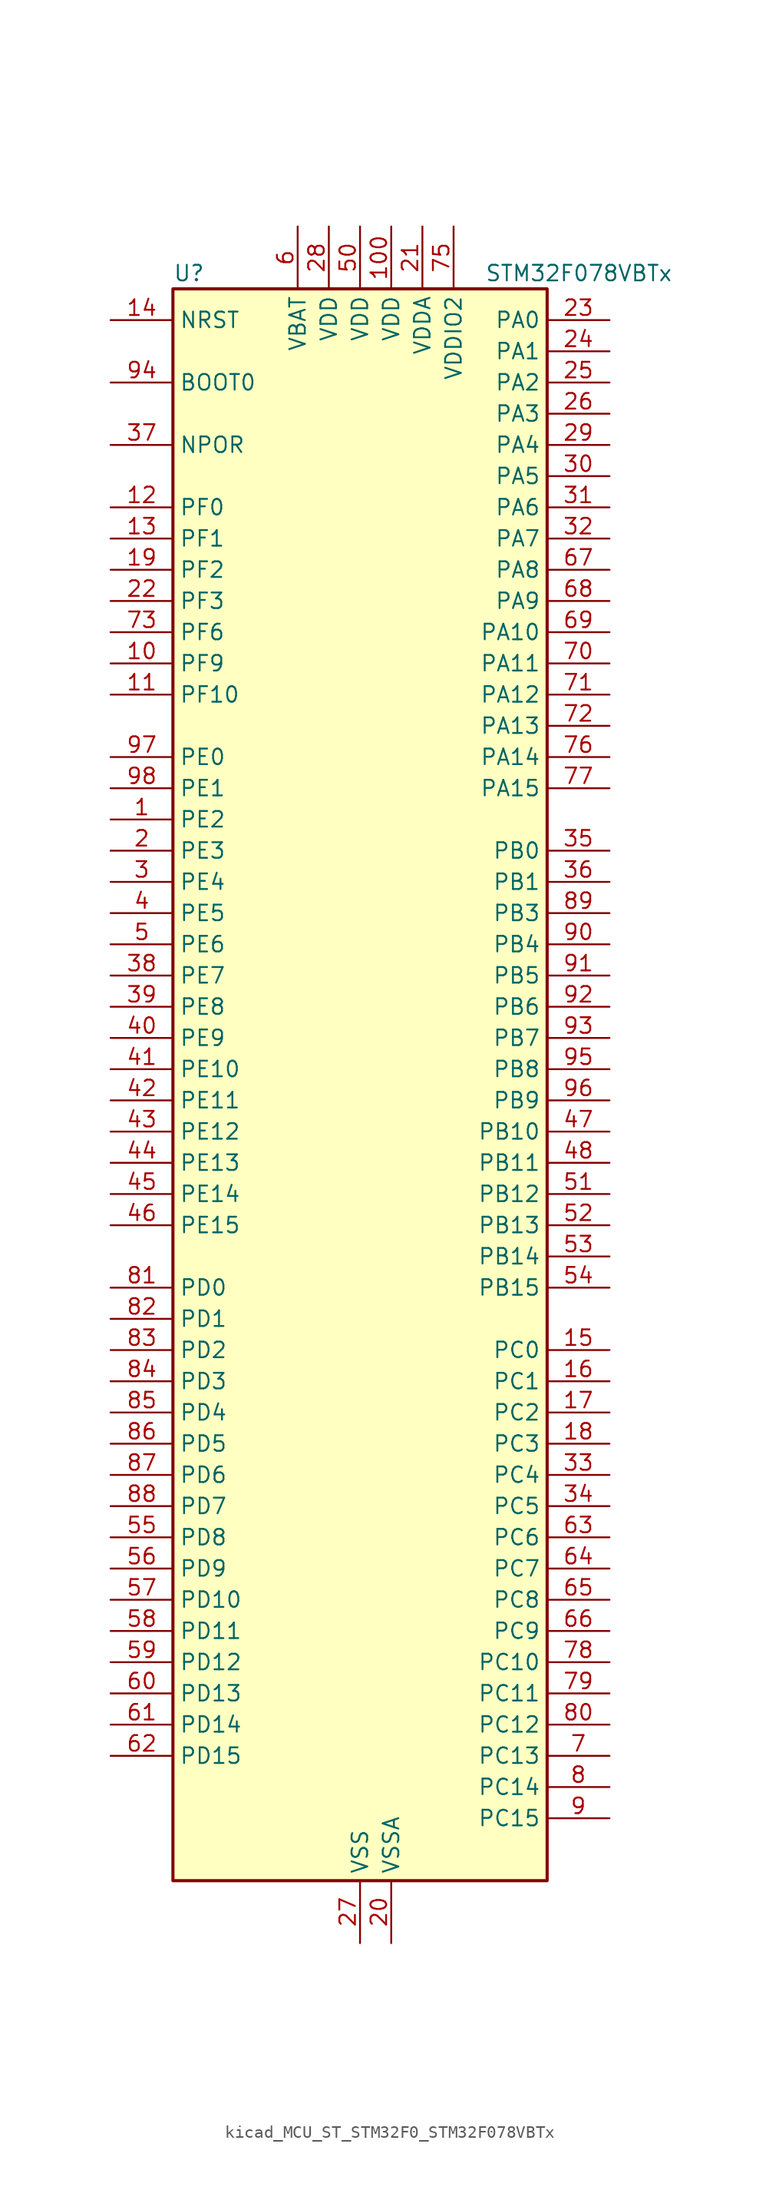
<source format=kicad_sym>
(kicad_symbol_lib
  (version 20220914)
  (generator kicad_symbol_editor)
  (symbol "kicad_MCU_ST_STM32F0_STM32F078VBTx"
    (property "Reference" "U"
      (at -15.24 67.31 0)
      (effects (font (size 1.27 1.27)) (justify left)))
    (property "Value" "STM32F078VBTx"
      (at 10.16 67.31 0)
      (effects (font (size 1.27 1.27)) (justify left)))
    (property "ki_locked" ""
      (at 0 0 0)
      (effects (font (size 1.27 1.27))))
    (symbol "kicad_MCU_ST_STM32F0_STM32F078VBTx_0_1"
      (rectangle (start -15.24 -63.5) (end 15.24 66.04) (stroke (width 0.254) (type default)) (fill (type background))))
    (symbol "kicad_MCU_ST_STM32F0_STM32F078VBTx_1_1"
      (pin bidirectional line (at -20.32 22.86 0) (length 5.08) (name "PE2" (effects (font (size 1.27 1.27)))) (number "1" (effects (font (size 1.27 1.27)))) (alternate "TIM3_ETR" bidirectional line) (alternate "TSC_G7_IO1" bidirectional line))
      (pin bidirectional line (at -20.32 35.56 0) (length 5.08) (name "PF9" (effects (font (size 1.27 1.27)))) (number "10" (effects (font (size 1.27 1.27)))) (alternate "DAC_EXTI9" bidirectional line) (alternate "TIM15_CH1" bidirectional line))
      (pin power_in line (at 2.54 71.12 270) (length 5.08) (name "VDD" (effects (font (size 1.27 1.27)))) (number "100" (effects (font (size 1.27 1.27)))))
      (pin bidirectional line (at -20.32 33.02 0) (length 5.08) (name "PF10" (effects (font (size 1.27 1.27)))) (number "11" (effects (font (size 1.27 1.27)))) (alternate "TIM15_CH2" bidirectional line))
      (pin bidirectional line (at -20.32 48.26 0) (length 5.08) (name "PF0" (effects (font (size 1.27 1.27)))) (number "12" (effects (font (size 1.27 1.27)))) (alternate "CRS_SYNC" bidirectional line) (alternate "RCC_OSC_IN" bidirectional line))
      (pin bidirectional line (at -20.32 45.72 0) (length 5.08) (name "PF1" (effects (font (size 1.27 1.27)))) (number "13" (effects (font (size 1.27 1.27)))) (alternate "RCC_OSC_OUT" bidirectional line))
      (pin input line (at -20.32 63.5 0) (length 5.08) (name "NRST" (effects (font (size 1.27 1.27)))) (number "14" (effects (font (size 1.27 1.27)))))
      (pin bidirectional line (at 20.32 -20.32 180) (length 5.08) (name "PC0" (effects (font (size 1.27 1.27)))) (number "15" (effects (font (size 1.27 1.27)))) (alternate "ADC_IN10" bidirectional line))
      (pin bidirectional line (at 20.32 -22.86 180) (length 5.08) (name "PC1" (effects (font (size 1.27 1.27)))) (number "16" (effects (font (size 1.27 1.27)))) (alternate "ADC_IN11" bidirectional line))
      (pin bidirectional line (at 20.32 -25.4 180) (length 5.08) (name "PC2" (effects (font (size 1.27 1.27)))) (number "17" (effects (font (size 1.27 1.27)))) (alternate "ADC_IN12" bidirectional line) (alternate "I2S2_MCK" bidirectional line) (alternate "SPI2_MISO" bidirectional line))
      (pin bidirectional line (at 20.32 -27.94 180) (length 5.08) (name "PC3" (effects (font (size 1.27 1.27)))) (number "18" (effects (font (size 1.27 1.27)))) (alternate "ADC_IN13" bidirectional line) (alternate "I2S2_SD" bidirectional line) (alternate "SPI2_MOSI" bidirectional line))
      (pin bidirectional line (at -20.32 43.18 0) (length 5.08) (name "PF2" (effects (font (size 1.27 1.27)))) (number "19" (effects (font (size 1.27 1.27)))) (alternate "SYS_WKUP8" bidirectional line))
      (pin bidirectional line (at -20.32 20.32 0) (length 5.08) (name "PE3" (effects (font (size 1.27 1.27)))) (number "2" (effects (font (size 1.27 1.27)))) (alternate "TIM3_CH1" bidirectional line) (alternate "TSC_G7_IO2" bidirectional line))
      (pin power_in line (at 2.54 -68.58 90) (length 5.08) (name "VSSA" (effects (font (size 1.27 1.27)))) (number "20" (effects (font (size 1.27 1.27)))))
      (pin power_in line (at 5.08 71.12 270) (length 5.08) (name "VDDA" (effects (font (size 1.27 1.27)))) (number "21" (effects (font (size 1.27 1.27)))))
      (pin bidirectional line (at -20.32 40.64 0) (length 5.08) (name "PF3" (effects (font (size 1.27 1.27)))) (number "22" (effects (font (size 1.27 1.27)))))
      (pin bidirectional line (at 20.32 63.5 180) (length 5.08) (name "PA0" (effects (font (size 1.27 1.27)))) (number "23" (effects (font (size 1.27 1.27)))) (alternate "ADC_IN0" bidirectional line) (alternate "COMP1_INM" bidirectional line) (alternate "COMP1_OUT" bidirectional line) (alternate "RTC_TAMP2" bidirectional line) (alternate "SYS_WKUP1" bidirectional line) (alternate "TIM2_CH1" bidirectional line) (alternate "TIM2_ETR" bidirectional line) (alternate "TSC_G1_IO1" bidirectional line) (alternate "USART2_CTS" bidirectional line) (alternate "USART4_TX" bidirectional line))
      (pin bidirectional line (at 20.32 60.96 180) (length 5.08) (name "PA1" (effects (font (size 1.27 1.27)))) (number "24" (effects (font (size 1.27 1.27)))) (alternate "ADC_IN1" bidirectional line) (alternate "COMP1_INP" bidirectional line) (alternate "TIM15_CH1N" bidirectional line) (alternate "TIM2_CH2" bidirectional line) (alternate "TSC_G1_IO2" bidirectional line) (alternate "USART2_DE" bidirectional line) (alternate "USART2_RTS" bidirectional line) (alternate "USART4_RX" bidirectional line))
      (pin bidirectional line (at 20.32 58.42 180) (length 5.08) (name "PA2" (effects (font (size 1.27 1.27)))) (number "25" (effects (font (size 1.27 1.27)))) (alternate "ADC_IN2" bidirectional line) (alternate "COMP2_INM" bidirectional line) (alternate "COMP2_OUT" bidirectional line) (alternate "SYS_WKUP4" bidirectional line) (alternate "TIM15_CH1" bidirectional line) (alternate "TIM2_CH3" bidirectional line) (alternate "TSC_G1_IO3" bidirectional line) (alternate "USART2_TX" bidirectional line))
      (pin bidirectional line (at 20.32 55.88 180) (length 5.08) (name "PA3" (effects (font (size 1.27 1.27)))) (number "26" (effects (font (size 1.27 1.27)))) (alternate "ADC_IN3" bidirectional line) (alternate "COMP2_INP" bidirectional line) (alternate "TIM15_CH2" bidirectional line) (alternate "TIM2_CH4" bidirectional line) (alternate "TSC_G1_IO4" bidirectional line) (alternate "USART2_RX" bidirectional line))
      (pin power_in line (at 0 -68.58 90) (length 5.08) (name "VSS" (effects (font (size 1.27 1.27)))) (number "27" (effects (font (size 1.27 1.27)))))
      (pin power_in line (at -2.54 71.12 270) (length 5.08) (name "VDD" (effects (font (size 1.27 1.27)))) (number "28" (effects (font (size 1.27 1.27)))))
      (pin bidirectional line (at 20.32 53.34 180) (length 5.08) (name "PA4" (effects (font (size 1.27 1.27)))) (number "29" (effects (font (size 1.27 1.27)))) (alternate "ADC_IN4" bidirectional line) (alternate "COMP1_INM" bidirectional line) (alternate "COMP2_INM" bidirectional line) (alternate "DAC_OUT1" bidirectional line) (alternate "I2S1_WS" bidirectional line) (alternate "SPI1_NSS" bidirectional line) (alternate "TIM14_CH1" bidirectional line) (alternate "TSC_G2_IO1" bidirectional line) (alternate "USART2_CK" bidirectional line))
      (pin bidirectional line (at -20.32 17.78 0) (length 5.08) (name "PE4" (effects (font (size 1.27 1.27)))) (number "3" (effects (font (size 1.27 1.27)))) (alternate "TIM3_CH2" bidirectional line) (alternate "TSC_G7_IO3" bidirectional line))
      (pin bidirectional line (at 20.32 50.8 180) (length 5.08) (name "PA5" (effects (font (size 1.27 1.27)))) (number "30" (effects (font (size 1.27 1.27)))) (alternate "ADC_IN5" bidirectional line) (alternate "CEC" bidirectional line) (alternate "COMP1_INM" bidirectional line) (alternate "COMP2_INM" bidirectional line) (alternate "DAC_OUT2" bidirectional line) (alternate "I2S1_CK" bidirectional line) (alternate "SPI1_SCK" bidirectional line) (alternate "TIM2_CH1" bidirectional line) (alternate "TIM2_ETR" bidirectional line) (alternate "TSC_G2_IO2" bidirectional line))
      (pin bidirectional line (at 20.32 48.26 180) (length 5.08) (name "PA6" (effects (font (size 1.27 1.27)))) (number "31" (effects (font (size 1.27 1.27)))) (alternate "ADC_IN6" bidirectional line) (alternate "COMP1_OUT" bidirectional line) (alternate "I2S1_MCK" bidirectional line) (alternate "SPI1_MISO" bidirectional line) (alternate "TIM16_CH1" bidirectional line) (alternate "TIM1_BKIN" bidirectional line) (alternate "TIM3_CH1" bidirectional line) (alternate "TSC_G2_IO3" bidirectional line) (alternate "USART3_CTS" bidirectional line))
      (pin bidirectional line (at 20.32 45.72 180) (length 5.08) (name "PA7" (effects (font (size 1.27 1.27)))) (number "32" (effects (font (size 1.27 1.27)))) (alternate "ADC_IN7" bidirectional line) (alternate "COMP2_OUT" bidirectional line) (alternate "I2S1_SD" bidirectional line) (alternate "SPI1_MOSI" bidirectional line) (alternate "TIM14_CH1" bidirectional line) (alternate "TIM17_CH1" bidirectional line) (alternate "TIM1_CH1N" bidirectional line) (alternate "TIM3_CH2" bidirectional line) (alternate "TSC_G2_IO4" bidirectional line))
      (pin bidirectional line (at 20.32 -30.48 180) (length 5.08) (name "PC4" (effects (font (size 1.27 1.27)))) (number "33" (effects (font (size 1.27 1.27)))) (alternate "ADC_IN14" bidirectional line) (alternate "USART3_TX" bidirectional line))
      (pin bidirectional line (at 20.32 -33.02 180) (length 5.08) (name "PC5" (effects (font (size 1.27 1.27)))) (number "34" (effects (font (size 1.27 1.27)))) (alternate "ADC_IN15" bidirectional line) (alternate "SYS_WKUP5" bidirectional line) (alternate "TSC_G3_IO1" bidirectional line) (alternate "USART3_RX" bidirectional line))
      (pin bidirectional line (at 20.32 20.32 180) (length 5.08) (name "PB0" (effects (font (size 1.27 1.27)))) (number "35" (effects (font (size 1.27 1.27)))) (alternate "ADC_IN8" bidirectional line) (alternate "TIM1_CH2N" bidirectional line) (alternate "TIM3_CH3" bidirectional line) (alternate "TSC_G3_IO2" bidirectional line) (alternate "USART3_CK" bidirectional line))
      (pin bidirectional line (at 20.32 17.78 180) (length 5.08) (name "PB1" (effects (font (size 1.27 1.27)))) (number "36" (effects (font (size 1.27 1.27)))) (alternate "ADC_IN9" bidirectional line) (alternate "TIM14_CH1" bidirectional line) (alternate "TIM1_CH3N" bidirectional line) (alternate "TIM3_CH4" bidirectional line) (alternate "TSC_G3_IO3" bidirectional line) (alternate "USART3_DE" bidirectional line) (alternate "USART3_RTS" bidirectional line))
      (pin input line (at -20.32 53.34 0) (length 5.08) (name "NPOR" (effects (font (size 1.27 1.27)))) (number "37" (effects (font (size 1.27 1.27)))))
      (pin bidirectional line (at -20.32 10.16 0) (length 5.08) (name "PE7" (effects (font (size 1.27 1.27)))) (number "38" (effects (font (size 1.27 1.27)))) (alternate "TIM1_ETR" bidirectional line))
      (pin bidirectional line (at -20.32 7.62 0) (length 5.08) (name "PE8" (effects (font (size 1.27 1.27)))) (number "39" (effects (font (size 1.27 1.27)))) (alternate "TIM1_CH1N" bidirectional line))
      (pin bidirectional line (at -20.32 15.24 0) (length 5.08) (name "PE5" (effects (font (size 1.27 1.27)))) (number "4" (effects (font (size 1.27 1.27)))) (alternate "TIM3_CH3" bidirectional line) (alternate "TSC_G7_IO4" bidirectional line))
      (pin bidirectional line (at -20.32 5.08 0) (length 5.08) (name "PE9" (effects (font (size 1.27 1.27)))) (number "40" (effects (font (size 1.27 1.27)))) (alternate "DAC_EXTI9" bidirectional line) (alternate "TIM1_CH1" bidirectional line))
      (pin bidirectional line (at -20.32 2.54 0) (length 5.08) (name "PE10" (effects (font (size 1.27 1.27)))) (number "41" (effects (font (size 1.27 1.27)))) (alternate "TIM1_CH2N" bidirectional line))
      (pin bidirectional line (at -20.32 0 0) (length 5.08) (name "PE11" (effects (font (size 1.27 1.27)))) (number "42" (effects (font (size 1.27 1.27)))) (alternate "TIM1_CH2" bidirectional line))
      (pin bidirectional line (at -20.32 -2.54 0) (length 5.08) (name "PE12" (effects (font (size 1.27 1.27)))) (number "43" (effects (font (size 1.27 1.27)))) (alternate "I2S1_WS" bidirectional line) (alternate "SPI1_NSS" bidirectional line) (alternate "TIM1_CH3N" bidirectional line))
      (pin bidirectional line (at -20.32 -5.08 0) (length 5.08) (name "PE13" (effects (font (size 1.27 1.27)))) (number "44" (effects (font (size 1.27 1.27)))) (alternate "I2S1_CK" bidirectional line) (alternate "SPI1_SCK" bidirectional line) (alternate "TIM1_CH3" bidirectional line))
      (pin bidirectional line (at -20.32 -7.62 0) (length 5.08) (name "PE14" (effects (font (size 1.27 1.27)))) (number "45" (effects (font (size 1.27 1.27)))) (alternate "I2S1_MCK" bidirectional line) (alternate "SPI1_MISO" bidirectional line) (alternate "TIM1_CH4" bidirectional line))
      (pin bidirectional line (at -20.32 -10.16 0) (length 5.08) (name "PE15" (effects (font (size 1.27 1.27)))) (number "46" (effects (font (size 1.27 1.27)))) (alternate "I2S1_SD" bidirectional line) (alternate "SPI1_MOSI" bidirectional line) (alternate "TIM1_BKIN" bidirectional line))
      (pin bidirectional line (at 20.32 -2.54 180) (length 5.08) (name "PB10" (effects (font (size 1.27 1.27)))) (number "47" (effects (font (size 1.27 1.27)))) (alternate "CEC" bidirectional line) (alternate "I2C2_SCL" bidirectional line) (alternate "I2S2_CK" bidirectional line) (alternate "SPI2_SCK" bidirectional line) (alternate "TIM2_CH3" bidirectional line) (alternate "TSC_SYNC" bidirectional line) (alternate "USART3_TX" bidirectional line))
      (pin bidirectional line (at 20.32 -5.08 180) (length 5.08) (name "PB11" (effects (font (size 1.27 1.27)))) (number "48" (effects (font (size 1.27 1.27)))) (alternate "I2C2_SDA" bidirectional line) (alternate "TIM2_CH4" bidirectional line) (alternate "TSC_G6_IO1" bidirectional line) (alternate "USART3_RX" bidirectional line))
      (pin passive line (at 0 -68.58 90) (length 5.08) hide (name "VSS" (effects (font (size 1.27 1.27)))) (number "49" (effects (font (size 1.27 1.27)))))
      (pin bidirectional line (at -20.32 12.7 0) (length 5.08) (name "PE6" (effects (font (size 1.27 1.27)))) (number "5" (effects (font (size 1.27 1.27)))) (alternate "RTC_TAMP3" bidirectional line) (alternate "SYS_WKUP3" bidirectional line) (alternate "TIM3_CH4" bidirectional line))
      (pin power_in line (at 0 71.12 270) (length 5.08) (name "VDD" (effects (font (size 1.27 1.27)))) (number "50" (effects (font (size 1.27 1.27)))))
      (pin bidirectional line (at 20.32 -7.62 180) (length 5.08) (name "PB12" (effects (font (size 1.27 1.27)))) (number "51" (effects (font (size 1.27 1.27)))) (alternate "I2S2_WS" bidirectional line) (alternate "SPI2_NSS" bidirectional line) (alternate "TIM15_BKIN" bidirectional line) (alternate "TIM1_BKIN" bidirectional line) (alternate "TSC_G6_IO2" bidirectional line) (alternate "USART3_CK" bidirectional line))
      (pin bidirectional line (at 20.32 -10.16 180) (length 5.08) (name "PB13" (effects (font (size 1.27 1.27)))) (number "52" (effects (font (size 1.27 1.27)))) (alternate "I2C2_SCL" bidirectional line) (alternate "I2S2_CK" bidirectional line) (alternate "SPI2_SCK" bidirectional line) (alternate "TIM1_CH1N" bidirectional line) (alternate "TSC_G6_IO3" bidirectional line) (alternate "USART3_CTS" bidirectional line))
      (pin bidirectional line (at 20.32 -12.7 180) (length 5.08) (name "PB14" (effects (font (size 1.27 1.27)))) (number "53" (effects (font (size 1.27 1.27)))) (alternate "I2C2_SDA" bidirectional line) (alternate "I2S2_MCK" bidirectional line) (alternate "SPI2_MISO" bidirectional line) (alternate "TIM15_CH1" bidirectional line) (alternate "TIM1_CH2N" bidirectional line) (alternate "TSC_G6_IO4" bidirectional line) (alternate "USART3_DE" bidirectional line) (alternate "USART3_RTS" bidirectional line))
      (pin bidirectional line (at 20.32 -15.24 180) (length 5.08) (name "PB15" (effects (font (size 1.27 1.27)))) (number "54" (effects (font (size 1.27 1.27)))) (alternate "I2S2_SD" bidirectional line) (alternate "RTC_REFIN" bidirectional line) (alternate "SPI2_MOSI" bidirectional line) (alternate "SYS_WKUP7" bidirectional line) (alternate "TIM15_CH1N" bidirectional line) (alternate "TIM15_CH2" bidirectional line) (alternate "TIM1_CH3N" bidirectional line))
      (pin bidirectional line (at -20.32 -35.56 0) (length 5.08) (name "PD8" (effects (font (size 1.27 1.27)))) (number "55" (effects (font (size 1.27 1.27)))) (alternate "USART3_TX" bidirectional line))
      (pin bidirectional line (at -20.32 -38.1 0) (length 5.08) (name "PD9" (effects (font (size 1.27 1.27)))) (number "56" (effects (font (size 1.27 1.27)))) (alternate "DAC_EXTI9" bidirectional line) (alternate "USART3_RX" bidirectional line))
      (pin bidirectional line (at -20.32 -40.64 0) (length 5.08) (name "PD10" (effects (font (size 1.27 1.27)))) (number "57" (effects (font (size 1.27 1.27)))) (alternate "USART3_CK" bidirectional line))
      (pin bidirectional line (at -20.32 -43.18 0) (length 5.08) (name "PD11" (effects (font (size 1.27 1.27)))) (number "58" (effects (font (size 1.27 1.27)))) (alternate "USART3_CTS" bidirectional line))
      (pin bidirectional line (at -20.32 -45.72 0) (length 5.08) (name "PD12" (effects (font (size 1.27 1.27)))) (number "59" (effects (font (size 1.27 1.27)))) (alternate "TSC_G8_IO1" bidirectional line) (alternate "USART3_DE" bidirectional line) (alternate "USART3_RTS" bidirectional line))
      (pin power_in line (at -5.08 71.12 270) (length 5.08) (name "VBAT" (effects (font (size 1.27 1.27)))) (number "6" (effects (font (size 1.27 1.27)))))
      (pin bidirectional line (at -20.32 -48.26 0) (length 5.08) (name "PD13" (effects (font (size 1.27 1.27)))) (number "60" (effects (font (size 1.27 1.27)))) (alternate "TSC_G8_IO2" bidirectional line))
      (pin bidirectional line (at -20.32 -50.8 0) (length 5.08) (name "PD14" (effects (font (size 1.27 1.27)))) (number "61" (effects (font (size 1.27 1.27)))) (alternate "TSC_G8_IO3" bidirectional line))
      (pin bidirectional line (at -20.32 -53.34 0) (length 5.08) (name "PD15" (effects (font (size 1.27 1.27)))) (number "62" (effects (font (size 1.27 1.27)))) (alternate "CRS_SYNC" bidirectional line) (alternate "TSC_G8_IO4" bidirectional line))
      (pin bidirectional line (at 20.32 -35.56 180) (length 5.08) (name "PC6" (effects (font (size 1.27 1.27)))) (number "63" (effects (font (size 1.27 1.27)))) (alternate "TIM3_CH1" bidirectional line))
      (pin bidirectional line (at 20.32 -38.1 180) (length 5.08) (name "PC7" (effects (font (size 1.27 1.27)))) (number "64" (effects (font (size 1.27 1.27)))) (alternate "TIM3_CH2" bidirectional line))
      (pin bidirectional line (at 20.32 -40.64 180) (length 5.08) (name "PC8" (effects (font (size 1.27 1.27)))) (number "65" (effects (font (size 1.27 1.27)))) (alternate "TIM3_CH3" bidirectional line))
      (pin bidirectional line (at 20.32 -43.18 180) (length 5.08) (name "PC9" (effects (font (size 1.27 1.27)))) (number "66" (effects (font (size 1.27 1.27)))) (alternate "DAC_EXTI9" bidirectional line) (alternate "TIM3_CH4" bidirectional line))
      (pin bidirectional line (at 20.32 43.18 180) (length 5.08) (name "PA8" (effects (font (size 1.27 1.27)))) (number "67" (effects (font (size 1.27 1.27)))) (alternate "CRS_SYNC" bidirectional line) (alternate "RCC_MCO" bidirectional line) (alternate "TIM1_CH1" bidirectional line) (alternate "USART1_CK" bidirectional line))
      (pin bidirectional line (at 20.32 40.64 180) (length 5.08) (name "PA9" (effects (font (size 1.27 1.27)))) (number "68" (effects (font (size 1.27 1.27)))) (alternate "DAC_EXTI9" bidirectional line) (alternate "TIM15_BKIN" bidirectional line) (alternate "TIM1_CH2" bidirectional line) (alternate "TSC_G4_IO1" bidirectional line) (alternate "USART1_TX" bidirectional line))
      (pin bidirectional line (at 20.32 38.1 180) (length 5.08) (name "PA10" (effects (font (size 1.27 1.27)))) (number "69" (effects (font (size 1.27 1.27)))) (alternate "TIM17_BKIN" bidirectional line) (alternate "TIM1_CH3" bidirectional line) (alternate "TSC_G4_IO2" bidirectional line) (alternate "USART1_RX" bidirectional line))
      (pin bidirectional line (at 20.32 -53.34 180) (length 5.08) (name "PC13" (effects (font (size 1.27 1.27)))) (number "7" (effects (font (size 1.27 1.27)))) (alternate "RTC_OUT_ALARM" bidirectional line) (alternate "RTC_OUT_CALIB" bidirectional line) (alternate "RTC_TAMP1" bidirectional line) (alternate "RTC_TS" bidirectional line) (alternate "SYS_WKUP2" bidirectional line))
      (pin bidirectional line (at 20.32 35.56 180) (length 5.08) (name "PA11" (effects (font (size 1.27 1.27)))) (number "70" (effects (font (size 1.27 1.27)))) (alternate "COMP1_OUT" bidirectional line) (alternate "TIM1_CH4" bidirectional line) (alternate "TSC_G4_IO3" bidirectional line) (alternate "USART1_CTS" bidirectional line) (alternate "USB_DM" bidirectional line))
      (pin bidirectional line (at 20.32 33.02 180) (length 5.08) (name "PA12" (effects (font (size 1.27 1.27)))) (number "71" (effects (font (size 1.27 1.27)))) (alternate "COMP2_OUT" bidirectional line) (alternate "TIM1_ETR" bidirectional line) (alternate "TSC_G4_IO4" bidirectional line) (alternate "USART1_DE" bidirectional line) (alternate "USART1_RTS" bidirectional line) (alternate "USB_DP" bidirectional line))
      (pin bidirectional line (at 20.32 30.48 180) (length 5.08) (name "PA13" (effects (font (size 1.27 1.27)))) (number "72" (effects (font (size 1.27 1.27)))) (alternate "IR_OUT" bidirectional line) (alternate "SYS_SWDIO" bidirectional line) (alternate "USB_NOE" bidirectional line))
      (pin bidirectional line (at -20.32 38.1 0) (length 5.08) (name "PF6" (effects (font (size 1.27 1.27)))) (number "73" (effects (font (size 1.27 1.27)))))
      (pin passive line (at 0 -68.58 90) (length 5.08) hide (name "VSS" (effects (font (size 1.27 1.27)))) (number "74" (effects (font (size 1.27 1.27)))))
      (pin power_in line (at 7.62 71.12 270) (length 5.08) (name "VDDIO2" (effects (font (size 1.27 1.27)))) (number "75" (effects (font (size 1.27 1.27)))))
      (pin bidirectional line (at 20.32 27.94 180) (length 5.08) (name "PA14" (effects (font (size 1.27 1.27)))) (number "76" (effects (font (size 1.27 1.27)))) (alternate "SYS_SWCLK" bidirectional line) (alternate "USART2_TX" bidirectional line))
      (pin bidirectional line (at 20.32 25.4 180) (length 5.08) (name "PA15" (effects (font (size 1.27 1.27)))) (number "77" (effects (font (size 1.27 1.27)))) (alternate "I2S1_WS" bidirectional line) (alternate "SPI1_NSS" bidirectional line) (alternate "TIM2_CH1" bidirectional line) (alternate "TIM2_ETR" bidirectional line) (alternate "USART2_RX" bidirectional line) (alternate "USART4_DE" bidirectional line) (alternate "USART4_RTS" bidirectional line))
      (pin bidirectional line (at 20.32 -45.72 180) (length 5.08) (name "PC10" (effects (font (size 1.27 1.27)))) (number "78" (effects (font (size 1.27 1.27)))) (alternate "USART3_TX" bidirectional line) (alternate "USART4_TX" bidirectional line))
      (pin bidirectional line (at 20.32 -48.26 180) (length 5.08) (name "PC11" (effects (font (size 1.27 1.27)))) (number "79" (effects (font (size 1.27 1.27)))) (alternate "USART3_RX" bidirectional line) (alternate "USART4_RX" bidirectional line))
      (pin bidirectional line (at 20.32 -55.88 180) (length 5.08) (name "PC14" (effects (font (size 1.27 1.27)))) (number "8" (effects (font (size 1.27 1.27)))) (alternate "RCC_OSC32_IN" bidirectional line))
      (pin bidirectional line (at 20.32 -50.8 180) (length 5.08) (name "PC12" (effects (font (size 1.27 1.27)))) (number "80" (effects (font (size 1.27 1.27)))) (alternate "USART3_CK" bidirectional line) (alternate "USART4_CK" bidirectional line))
      (pin bidirectional line (at -20.32 -15.24 0) (length 5.08) (name "PD0" (effects (font (size 1.27 1.27)))) (number "81" (effects (font (size 1.27 1.27)))) (alternate "I2S2_WS" bidirectional line) (alternate "SPI2_NSS" bidirectional line))
      (pin bidirectional line (at -20.32 -17.78 0) (length 5.08) (name "PD1" (effects (font (size 1.27 1.27)))) (number "82" (effects (font (size 1.27 1.27)))) (alternate "I2S2_CK" bidirectional line) (alternate "SPI2_SCK" bidirectional line))
      (pin bidirectional line (at -20.32 -20.32 0) (length 5.08) (name "PD2" (effects (font (size 1.27 1.27)))) (number "83" (effects (font (size 1.27 1.27)))) (alternate "TIM3_ETR" bidirectional line) (alternate "USART3_DE" bidirectional line) (alternate "USART3_RTS" bidirectional line))
      (pin bidirectional line (at -20.32 -22.86 0) (length 5.08) (name "PD3" (effects (font (size 1.27 1.27)))) (number "84" (effects (font (size 1.27 1.27)))) (alternate "I2S2_MCK" bidirectional line) (alternate "SPI2_MISO" bidirectional line) (alternate "USART2_CTS" bidirectional line))
      (pin bidirectional line (at -20.32 -25.4 0) (length 5.08) (name "PD4" (effects (font (size 1.27 1.27)))) (number "85" (effects (font (size 1.27 1.27)))) (alternate "I2S2_SD" bidirectional line) (alternate "SPI2_MOSI" bidirectional line) (alternate "USART2_DE" bidirectional line) (alternate "USART2_RTS" bidirectional line))
      (pin bidirectional line (at -20.32 -27.94 0) (length 5.08) (name "PD5" (effects (font (size 1.27 1.27)))) (number "86" (effects (font (size 1.27 1.27)))) (alternate "USART2_TX" bidirectional line))
      (pin bidirectional line (at -20.32 -30.48 0) (length 5.08) (name "PD6" (effects (font (size 1.27 1.27)))) (number "87" (effects (font (size 1.27 1.27)))) (alternate "USART2_RX" bidirectional line))
      (pin bidirectional line (at -20.32 -33.02 0) (length 5.08) (name "PD7" (effects (font (size 1.27 1.27)))) (number "88" (effects (font (size 1.27 1.27)))) (alternate "USART2_CK" bidirectional line))
      (pin bidirectional line (at 20.32 15.24 180) (length 5.08) (name "PB3" (effects (font (size 1.27 1.27)))) (number "89" (effects (font (size 1.27 1.27)))) (alternate "I2S1_CK" bidirectional line) (alternate "SPI1_SCK" bidirectional line) (alternate "TIM2_CH2" bidirectional line) (alternate "TSC_G5_IO1" bidirectional line))
      (pin bidirectional line (at 20.32 -58.42 180) (length 5.08) (name "PC15" (effects (font (size 1.27 1.27)))) (number "9" (effects (font (size 1.27 1.27)))) (alternate "RCC_OSC32_OUT" bidirectional line))
      (pin bidirectional line (at 20.32 12.7 180) (length 5.08) (name "PB4" (effects (font (size 1.27 1.27)))) (number "90" (effects (font (size 1.27 1.27)))) (alternate "I2S1_MCK" bidirectional line) (alternate "SPI1_MISO" bidirectional line) (alternate "TIM17_BKIN" bidirectional line) (alternate "TIM3_CH1" bidirectional line) (alternate "TSC_G5_IO2" bidirectional line))
      (pin bidirectional line (at 20.32 10.16 180) (length 5.08) (name "PB5" (effects (font (size 1.27 1.27)))) (number "91" (effects (font (size 1.27 1.27)))) (alternate "I2C1_SMBA" bidirectional line) (alternate "I2S1_SD" bidirectional line) (alternate "SPI1_MOSI" bidirectional line) (alternate "SYS_WKUP6" bidirectional line) (alternate "TIM16_BKIN" bidirectional line) (alternate "TIM3_CH2" bidirectional line))
      (pin bidirectional line (at 20.32 7.62 180) (length 5.08) (name "PB6" (effects (font (size 1.27 1.27)))) (number "92" (effects (font (size 1.27 1.27)))) (alternate "I2C1_SCL" bidirectional line) (alternate "TIM16_CH1N" bidirectional line) (alternate "TSC_G5_IO3" bidirectional line) (alternate "USART1_TX" bidirectional line))
      (pin bidirectional line (at 20.32 5.08 180) (length 5.08) (name "PB7" (effects (font (size 1.27 1.27)))) (number "93" (effects (font (size 1.27 1.27)))) (alternate "I2C1_SDA" bidirectional line) (alternate "TIM17_CH1N" bidirectional line) (alternate "TSC_G5_IO4" bidirectional line) (alternate "USART1_RX" bidirectional line) (alternate "USART4_CTS" bidirectional line))
      (pin input line (at -20.32 58.42 0) (length 5.08) (name "BOOT0" (effects (font (size 1.27 1.27)))) (number "94" (effects (font (size 1.27 1.27)))))
      (pin bidirectional line (at 20.32 2.54 180) (length 5.08) (name "PB8" (effects (font (size 1.27 1.27)))) (number "95" (effects (font (size 1.27 1.27)))) (alternate "CEC" bidirectional line) (alternate "I2C1_SCL" bidirectional line) (alternate "TIM16_CH1" bidirectional line) (alternate "TSC_SYNC" bidirectional line))
      (pin bidirectional line (at 20.32 0 180) (length 5.08) (name "PB9" (effects (font (size 1.27 1.27)))) (number "96" (effects (font (size 1.27 1.27)))) (alternate "DAC_EXTI9" bidirectional line) (alternate "I2C1_SDA" bidirectional line) (alternate "I2S2_WS" bidirectional line) (alternate "IR_OUT" bidirectional line) (alternate "SPI2_NSS" bidirectional line) (alternate "TIM17_CH1" bidirectional line))
      (pin bidirectional line (at -20.32 27.94 0) (length 5.08) (name "PE0" (effects (font (size 1.27 1.27)))) (number "97" (effects (font (size 1.27 1.27)))) (alternate "TIM16_CH1" bidirectional line))
      (pin bidirectional line (at -20.32 25.4 0) (length 5.08) (name "PE1" (effects (font (size 1.27 1.27)))) (number "98" (effects (font (size 1.27 1.27)))) (alternate "TIM17_CH1" bidirectional line))
      (pin passive line (at 0 -68.58 90) (length 5.08) hide (name "VSS" (effects (font (size 1.27 1.27)))) (number "99" (effects (font (size 1.27 1.27))))))))
</source>
